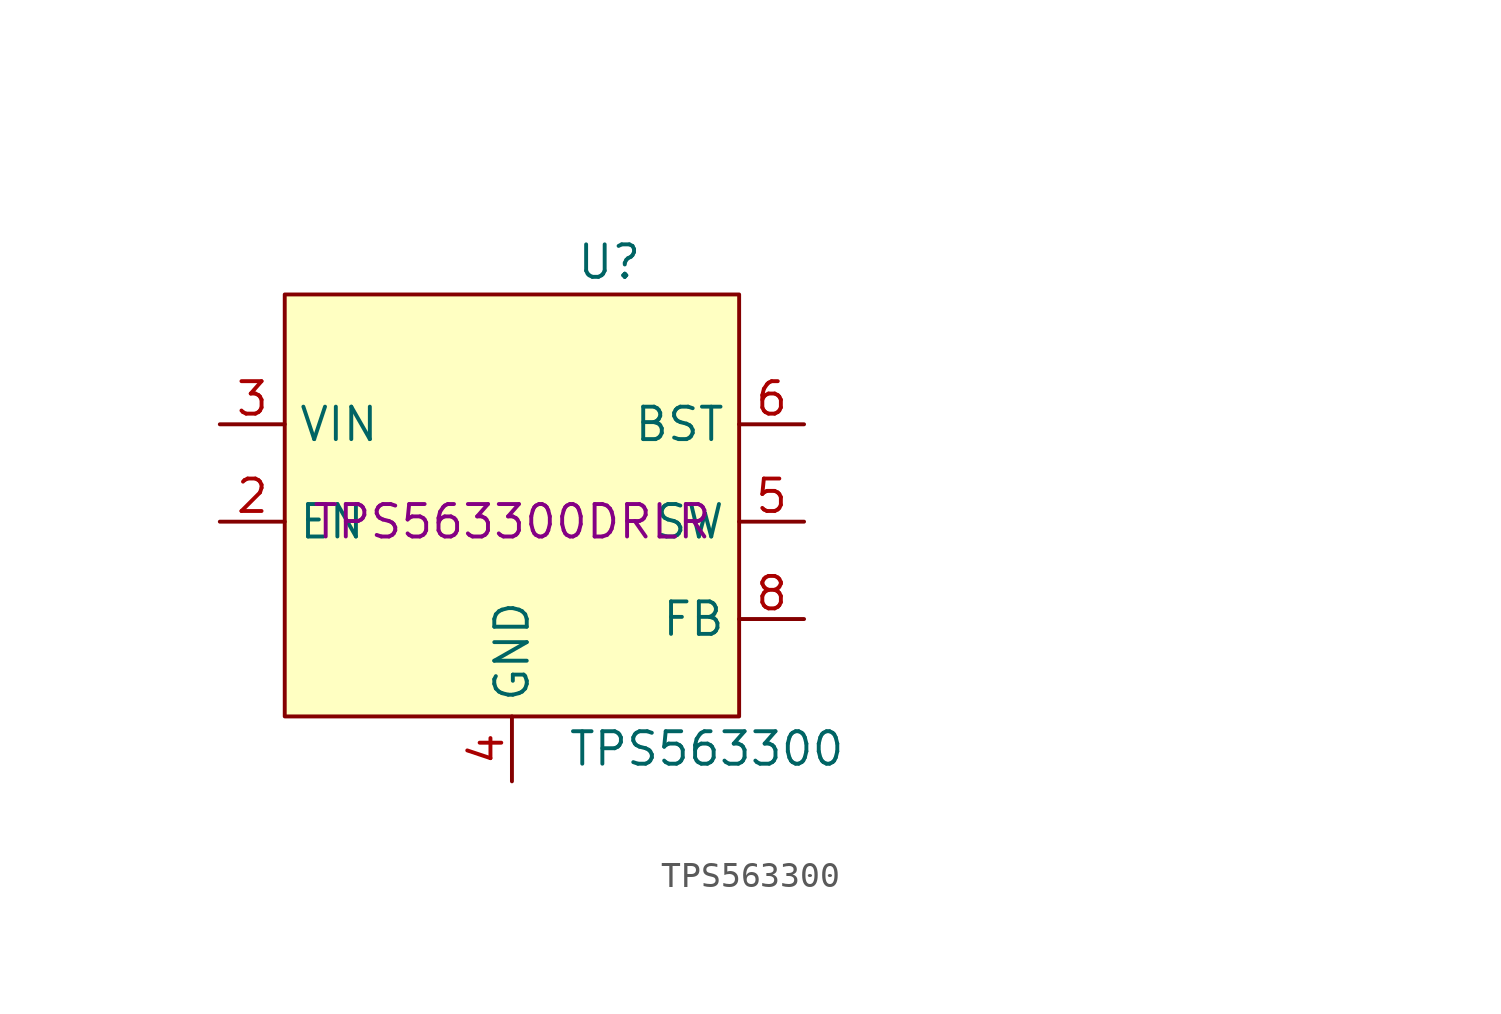
<source format=kicad_sym>
(kicad_symbol_lib
  (version 20220914)
  (generator kicad_symbol_editor)
  (symbol "TPS563300"
    (property "Reference" "U"
      (at 3.81 10.16 0)
      (effects (font (size 1.27 1.27))))
    (property "Value" "TPS563300"
      (at 7.62 -8.89 0)
      (effects (font (size 1.27 1.27))))
    (property "MPN" "TPS563300DRLR"
      (at 0 0 0)
      (effects (font (size 1.27 1.27))))
    (symbol "TPS563300_0_0"
      (pin no_connect line (at 27.94 13.97 0) (length 2.54) hide (name "NC" (effects (font (size 1.27 1.27)))) (number "1" (effects (font (size 1.27 1.27)))))
      (pin input line (at -11.43 0 0) (length 2.54) (name "EN" (effects (font (size 1.27 1.27)))) (number "2" (effects (font (size 1.27 1.27)))))
      (pin power_in line (at -11.43 3.81 0) (length 2.54) (name "VIN" (effects (font (size 1.27 1.27)))) (number "3" (effects (font (size 1.27 1.27)))))
      (pin power_in line (at 0 -10.16 90) (length 2.54) (name "GND" (effects (font (size 1.27 1.27)))) (number "4" (effects (font (size 1.27 1.27)))))
      (pin power_out line (at 11.43 0 180) (length 2.54) (name "SW" (effects (font (size 1.27 1.27)))) (number "5" (effects (font (size 1.27 1.27)))))
      (pin input line (at 11.43 3.81 180) (length 2.54) (name "BST" (effects (font (size 1.27 1.27)))) (number "6" (effects (font (size 1.27 1.27)))))
      (pin no_connect line (at 27.94 11.43 0) (length 2.54) hide (name "NC" (effects (font (size 1.27 1.27)))) (number "7" (effects (font (size 1.27 1.27)))))
      (pin input line (at 11.43 -3.81 180) (length 2.54) (name "FB" (effects (font (size 1.27 1.27)))) (number "8" (effects (font (size 1.27 1.27))))))
    (symbol "TPS563300_0_1"
      (rectangle (start -8.89 8.89) (end 8.89 -7.62) (stroke (width 0) (type default)) (fill (type background))))))
</source>
